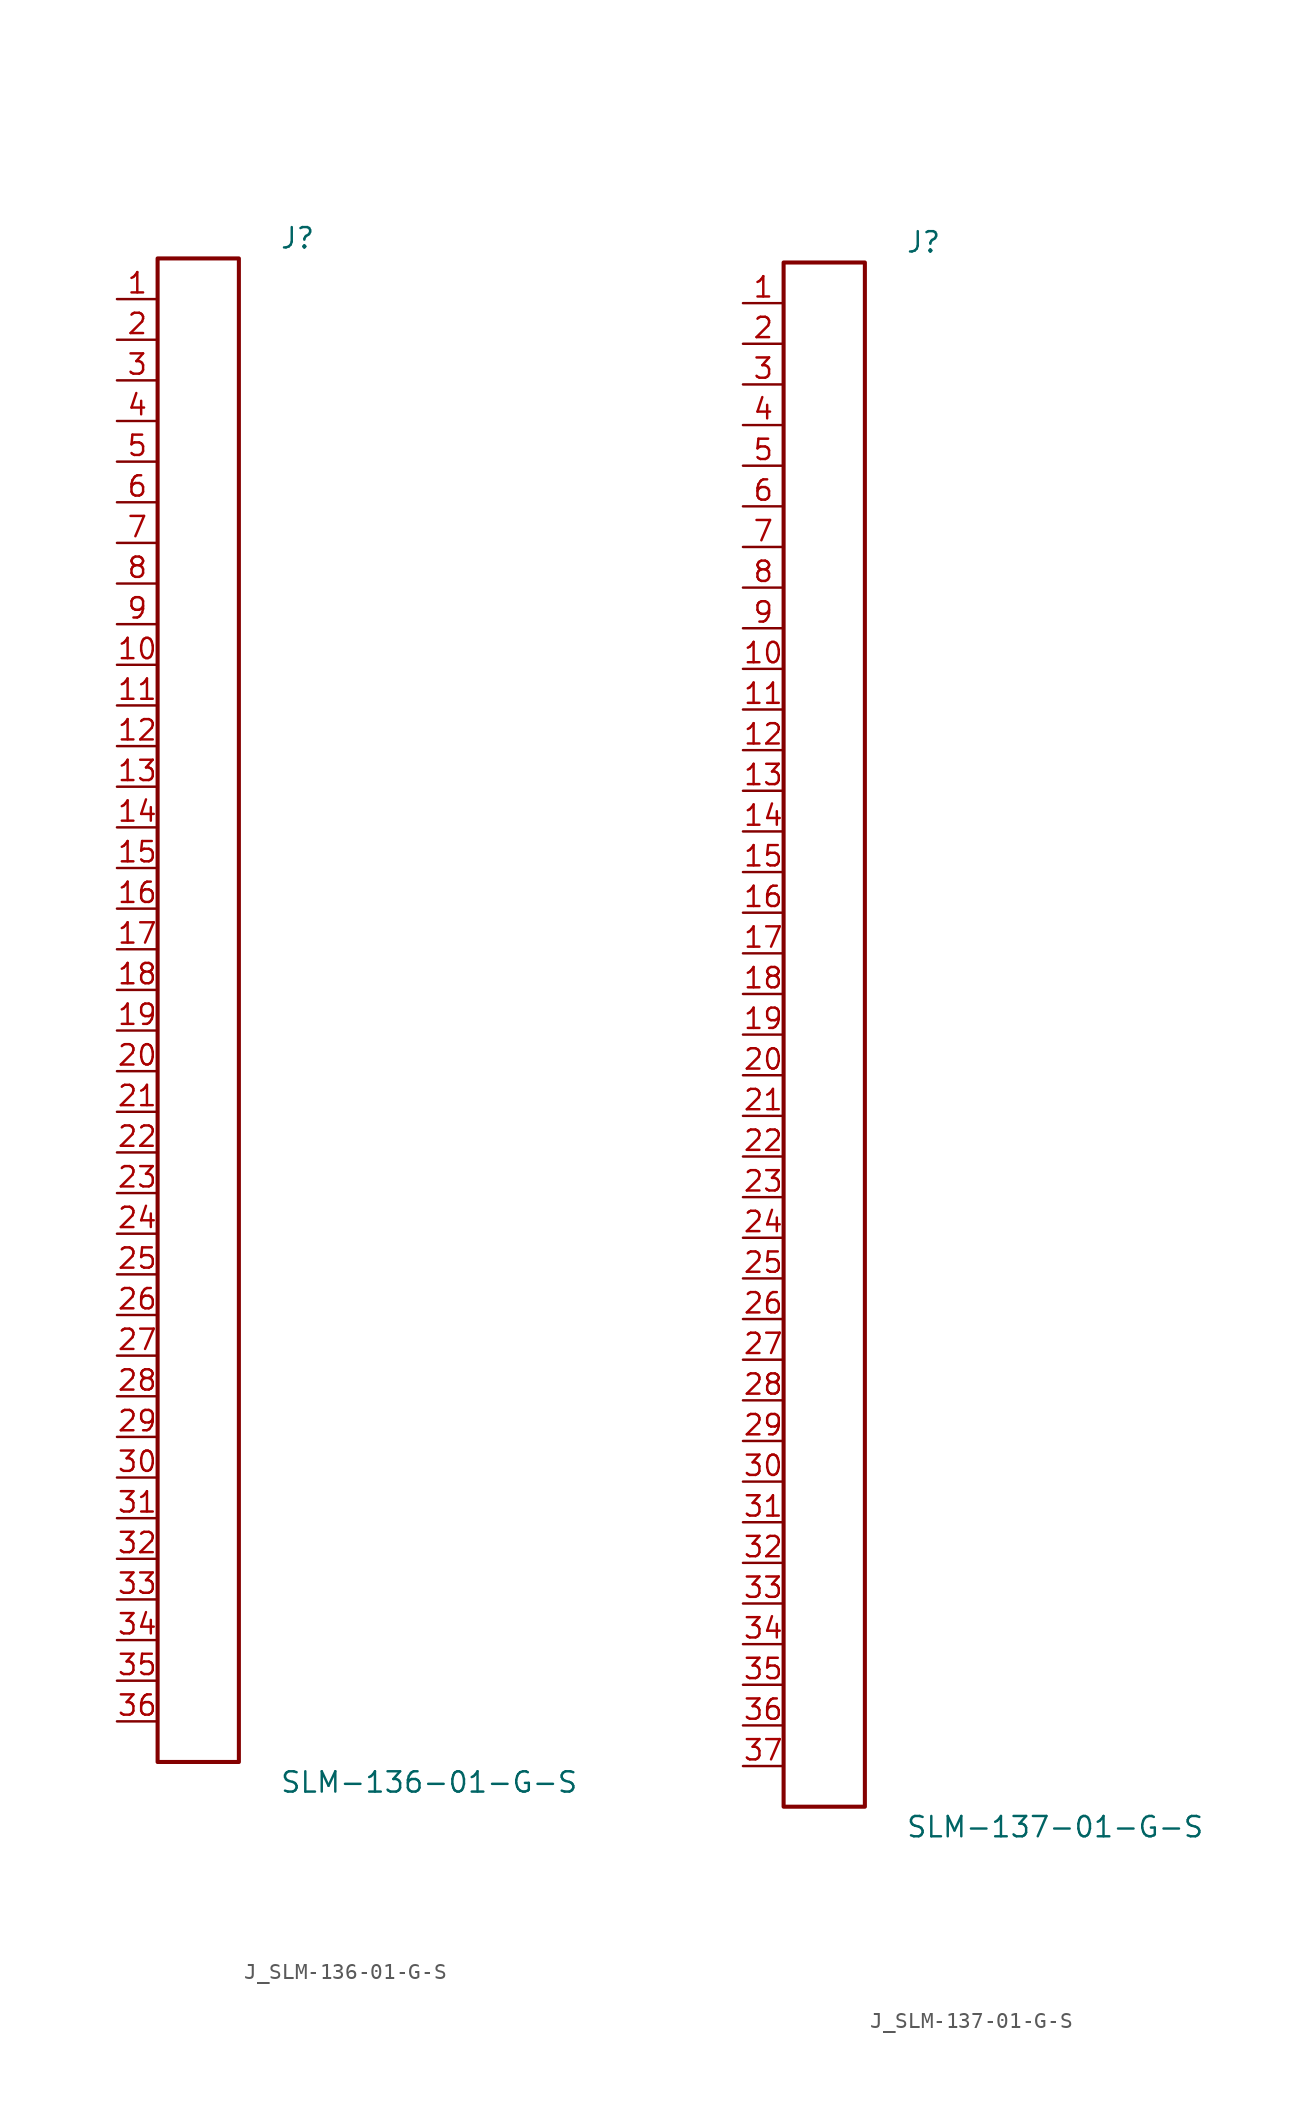
<source format=kicad_sym>
(kicad_symbol_lib
  (version 20231120)
  (generator kicad_symbol_editor)
  (generator_version 8.0)
  (symbol "J_SLM-136-01-G-S"
    (pin_names
      (offset 0.254))
    (property "Reference" "J"
      (at 5.08 48.26 0)
      (effects (font (size 1.27 1.27)) (justify left)))
    (property "Value" "SLM-136-01-G-S"
      (at 5.08 -48.26 0)
      (effects (font (size 1.27 1.27)) (justify left)))
    (symbol "J_SLM-136-01-G-S_0_0"
      (pin passive line (at -5.08 44.45 0) (length 2.54) (name "" (effects (font (size 1.27 1.27)))) (number "1" (effects (font (size 1.27 1.27)))))
      (pin passive line (at -5.08 41.91 0) (length 2.54) (name "" (effects (font (size 1.27 1.27)))) (number "2" (effects (font (size 1.27 1.27)))))
      (pin passive line (at -5.08 39.37 0) (length 2.54) (name "" (effects (font (size 1.27 1.27)))) (number "3" (effects (font (size 1.27 1.27)))))
      (pin passive line (at -5.08 36.83 0) (length 2.54) (name "" (effects (font (size 1.27 1.27)))) (number "4" (effects (font (size 1.27 1.27)))))
      (pin passive line (at -5.08 34.29 0) (length 2.54) (name "" (effects (font (size 1.27 1.27)))) (number "5" (effects (font (size 1.27 1.27)))))
      (pin passive line (at -5.08 31.75 0) (length 2.54) (name "" (effects (font (size 1.27 1.27)))) (number "6" (effects (font (size 1.27 1.27)))))
      (pin passive line (at -5.08 29.21 0) (length 2.54) (name "" (effects (font (size 1.27 1.27)))) (number "7" (effects (font (size 1.27 1.27)))))
      (pin passive line (at -5.08 26.67 0) (length 2.54) (name "" (effects (font (size 1.27 1.27)))) (number "8" (effects (font (size 1.27 1.27)))))
      (pin passive line (at -5.08 24.13 0) (length 2.54) (name "" (effects (font (size 1.27 1.27)))) (number "9" (effects (font (size 1.27 1.27)))))
      (pin passive line (at -5.08 21.59 0) (length 2.54) (name "" (effects (font (size 1.27 1.27)))) (number "10" (effects (font (size 1.27 1.27)))))
      (pin passive line (at -5.08 19.05 0) (length 2.54) (name "" (effects (font (size 1.27 1.27)))) (number "11" (effects (font (size 1.27 1.27)))))
      (pin passive line (at -5.08 16.51 0) (length 2.54) (name "" (effects (font (size 1.27 1.27)))) (number "12" (effects (font (size 1.27 1.27)))))
      (pin passive line (at -5.08 13.97 0) (length 2.54) (name "" (effects (font (size 1.27 1.27)))) (number "13" (effects (font (size 1.27 1.27)))))
      (pin passive line (at -5.08 11.43 0) (length 2.54) (name "" (effects (font (size 1.27 1.27)))) (number "14" (effects (font (size 1.27 1.27)))))
      (pin passive line (at -5.08 8.89 0) (length 2.54) (name "" (effects (font (size 1.27 1.27)))) (number "15" (effects (font (size 1.27 1.27)))))
      (pin passive line (at -5.08 6.35 0) (length 2.54) (name "" (effects (font (size 1.27 1.27)))) (number "16" (effects (font (size 1.27 1.27)))))
      (pin passive line (at -5.08 3.81 0) (length 2.54) (name "" (effects (font (size 1.27 1.27)))) (number "17" (effects (font (size 1.27 1.27)))))
      (pin passive line (at -5.08 1.27 0) (length 2.54) (name "" (effects (font (size 1.27 1.27)))) (number "18" (effects (font (size 1.27 1.27)))))
      (pin passive line (at -5.08 -1.27 0) (length 2.54) (name "" (effects (font (size 1.27 1.27)))) (number "19" (effects (font (size 1.27 1.27)))))
      (pin passive line (at -5.08 -3.81 0) (length 2.54) (name "" (effects (font (size 1.27 1.27)))) (number "20" (effects (font (size 1.27 1.27)))))
      (pin passive line (at -5.08 -6.35 0) (length 2.54) (name "" (effects (font (size 1.27 1.27)))) (number "21" (effects (font (size 1.27 1.27)))))
      (pin passive line (at -5.08 -8.89 0) (length 2.54) (name "" (effects (font (size 1.27 1.27)))) (number "22" (effects (font (size 1.27 1.27)))))
      (pin passive line (at -5.08 -11.43 0) (length 2.54) (name "" (effects (font (size 1.27 1.27)))) (number "23" (effects (font (size 1.27 1.27)))))
      (pin passive line (at -5.08 -13.97 0) (length 2.54) (name "" (effects (font (size 1.27 1.27)))) (number "24" (effects (font (size 1.27 1.27)))))
      (pin passive line (at -5.08 -16.51 0) (length 2.54) (name "" (effects (font (size 1.27 1.27)))) (number "25" (effects (font (size 1.27 1.27)))))
      (pin passive line (at -5.08 -19.05 0) (length 2.54) (name "" (effects (font (size 1.27 1.27)))) (number "26" (effects (font (size 1.27 1.27)))))
      (pin passive line (at -5.08 -21.59 0) (length 2.54) (name "" (effects (font (size 1.27 1.27)))) (number "27" (effects (font (size 1.27 1.27)))))
      (pin passive line (at -5.08 -24.13 0) (length 2.54) (name "" (effects (font (size 1.27 1.27)))) (number "28" (effects (font (size 1.27 1.27)))))
      (pin passive line (at -5.08 -26.67 0) (length 2.54) (name "" (effects (font (size 1.27 1.27)))) (number "29" (effects (font (size 1.27 1.27)))))
      (pin passive line (at -5.08 -29.21 0) (length 2.54) (name "" (effects (font (size 1.27 1.27)))) (number "30" (effects (font (size 1.27 1.27)))))
      (pin passive line (at -5.08 -31.75 0) (length 2.54) (name "" (effects (font (size 1.27 1.27)))) (number "31" (effects (font (size 1.27 1.27)))))
      (pin passive line (at -5.08 -34.29 0) (length 2.54) (name "" (effects (font (size 1.27 1.27)))) (number "32" (effects (font (size 1.27 1.27)))))
      (pin passive line (at -5.08 -36.83 0) (length 2.54) (name "" (effects (font (size 1.27 1.27)))) (number "33" (effects (font (size 1.27 1.27)))))
      (pin passive line (at -5.08 -39.37 0) (length 2.54) (name "" (effects (font (size 1.27 1.27)))) (number "34" (effects (font (size 1.27 1.27)))))
      (pin passive line (at -5.08 -41.91 0) (length 2.54) (name "" (effects (font (size 1.27 1.27)))) (number "35" (effects (font (size 1.27 1.27)))))
      (pin passive line (at -5.08 -44.45 0) (length 2.54) (name "" (effects (font (size 1.27 1.27)))) (number "36" (effects (font (size 1.27 1.27))))))
    (symbol "J_SLM-136-01-G-S_1_0"
      (rectangle (start -2.54 46.99) (end 2.54 -46.99) (stroke (width 0.254) (type solid)) (fill (type none)))))
  (symbol "J_SLM-137-01-G-S"
    (pin_names
      (offset 0.254))
    (property "Reference" "J"
      (at 5.08 49.53 0)
      (effects (font (size 1.27 1.27)) (justify left)))
    (property "Value" "SLM-137-01-G-S"
      (at 5.08 -49.53 0)
      (effects (font (size 1.27 1.27)) (justify left)))
    (symbol "J_SLM-137-01-G-S_0_0"
      (pin passive line (at -5.08 45.72 0) (length 2.54) (name "" (effects (font (size 1.27 1.27)))) (number "1" (effects (font (size 1.27 1.27)))))
      (pin passive line (at -5.08 43.18 0) (length 2.54) (name "" (effects (font (size 1.27 1.27)))) (number "2" (effects (font (size 1.27 1.27)))))
      (pin passive line (at -5.08 40.64 0) (length 2.54) (name "" (effects (font (size 1.27 1.27)))) (number "3" (effects (font (size 1.27 1.27)))))
      (pin passive line (at -5.08 38.1 0) (length 2.54) (name "" (effects (font (size 1.27 1.27)))) (number "4" (effects (font (size 1.27 1.27)))))
      (pin passive line (at -5.08 35.56 0) (length 2.54) (name "" (effects (font (size 1.27 1.27)))) (number "5" (effects (font (size 1.27 1.27)))))
      (pin passive line (at -5.08 33.02 0) (length 2.54) (name "" (effects (font (size 1.27 1.27)))) (number "6" (effects (font (size 1.27 1.27)))))
      (pin passive line (at -5.08 30.48 0) (length 2.54) (name "" (effects (font (size 1.27 1.27)))) (number "7" (effects (font (size 1.27 1.27)))))
      (pin passive line (at -5.08 27.94 0) (length 2.54) (name "" (effects (font (size 1.27 1.27)))) (number "8" (effects (font (size 1.27 1.27)))))
      (pin passive line (at -5.08 25.4 0) (length 2.54) (name "" (effects (font (size 1.27 1.27)))) (number "9" (effects (font (size 1.27 1.27)))))
      (pin passive line (at -5.08 22.86 0) (length 2.54) (name "" (effects (font (size 1.27 1.27)))) (number "10" (effects (font (size 1.27 1.27)))))
      (pin passive line (at -5.08 20.32 0) (length 2.54) (name "" (effects (font (size 1.27 1.27)))) (number "11" (effects (font (size 1.27 1.27)))))
      (pin passive line (at -5.08 17.78 0) (length 2.54) (name "" (effects (font (size 1.27 1.27)))) (number "12" (effects (font (size 1.27 1.27)))))
      (pin passive line (at -5.08 15.24 0) (length 2.54) (name "" (effects (font (size 1.27 1.27)))) (number "13" (effects (font (size 1.27 1.27)))))
      (pin passive line (at -5.08 12.7 0) (length 2.54) (name "" (effects (font (size 1.27 1.27)))) (number "14" (effects (font (size 1.27 1.27)))))
      (pin passive line (at -5.08 10.16 0) (length 2.54) (name "" (effects (font (size 1.27 1.27)))) (number "15" (effects (font (size 1.27 1.27)))))
      (pin passive line (at -5.08 7.62 0) (length 2.54) (name "" (effects (font (size 1.27 1.27)))) (number "16" (effects (font (size 1.27 1.27)))))
      (pin passive line (at -5.08 5.08 0) (length 2.54) (name "" (effects (font (size 1.27 1.27)))) (number "17" (effects (font (size 1.27 1.27)))))
      (pin passive line (at -5.08 2.54 0) (length 2.54) (name "" (effects (font (size 1.27 1.27)))) (number "18" (effects (font (size 1.27 1.27)))))
      (pin passive line (at -5.08 0.0 0) (length 2.54) (name "" (effects (font (size 1.27 1.27)))) (number "19" (effects (font (size 1.27 1.27)))))
      (pin passive line (at -5.08 -2.54 0) (length 2.54) (name "" (effects (font (size 1.27 1.27)))) (number "20" (effects (font (size 1.27 1.27)))))
      (pin passive line (at -5.08 -5.08 0) (length 2.54) (name "" (effects (font (size 1.27 1.27)))) (number "21" (effects (font (size 1.27 1.27)))))
      (pin passive line (at -5.08 -7.62 0) (length 2.54) (name "" (effects (font (size 1.27 1.27)))) (number "22" (effects (font (size 1.27 1.27)))))
      (pin passive line (at -5.08 -10.16 0) (length 2.54) (name "" (effects (font (size 1.27 1.27)))) (number "23" (effects (font (size 1.27 1.27)))))
      (pin passive line (at -5.08 -12.7 0) (length 2.54) (name "" (effects (font (size 1.27 1.27)))) (number "24" (effects (font (size 1.27 1.27)))))
      (pin passive line (at -5.08 -15.24 0) (length 2.54) (name "" (effects (font (size 1.27 1.27)))) (number "25" (effects (font (size 1.27 1.27)))))
      (pin passive line (at -5.08 -17.78 0) (length 2.54) (name "" (effects (font (size 1.27 1.27)))) (number "26" (effects (font (size 1.27 1.27)))))
      (pin passive line (at -5.08 -20.32 0) (length 2.54) (name "" (effects (font (size 1.27 1.27)))) (number "27" (effects (font (size 1.27 1.27)))))
      (pin passive line (at -5.08 -22.86 0) (length 2.54) (name "" (effects (font (size 1.27 1.27)))) (number "28" (effects (font (size 1.27 1.27)))))
      (pin passive line (at -5.08 -25.4 0) (length 2.54) (name "" (effects (font (size 1.27 1.27)))) (number "29" (effects (font (size 1.27 1.27)))))
      (pin passive line (at -5.08 -27.94 0) (length 2.54) (name "" (effects (font (size 1.27 1.27)))) (number "30" (effects (font (size 1.27 1.27)))))
      (pin passive line (at -5.08 -30.48 0) (length 2.54) (name "" (effects (font (size 1.27 1.27)))) (number "31" (effects (font (size 1.27 1.27)))))
      (pin passive line (at -5.08 -33.02 0) (length 2.54) (name "" (effects (font (size 1.27 1.27)))) (number "32" (effects (font (size 1.27 1.27)))))
      (pin passive line (at -5.08 -35.56 0) (length 2.54) (name "" (effects (font (size 1.27 1.27)))) (number "33" (effects (font (size 1.27 1.27)))))
      (pin passive line (at -5.08 -38.1 0) (length 2.54) (name "" (effects (font (size 1.27 1.27)))) (number "34" (effects (font (size 1.27 1.27)))))
      (pin passive line (at -5.08 -40.64 0) (length 2.54) (name "" (effects (font (size 1.27 1.27)))) (number "35" (effects (font (size 1.27 1.27)))))
      (pin passive line (at -5.08 -43.18 0) (length 2.54) (name "" (effects (font (size 1.27 1.27)))) (number "36" (effects (font (size 1.27 1.27)))))
      (pin passive line (at -5.08 -45.72 0) (length 2.54) (name "" (effects (font (size 1.27 1.27)))) (number "37" (effects (font (size 1.27 1.27))))))
    (symbol "J_SLM-137-01-G-S_1_0"
      (rectangle (start -2.54 48.26) (end 2.54 -48.26) (stroke (width 0.254) (type solid)) (fill (type none))))))
</source>
